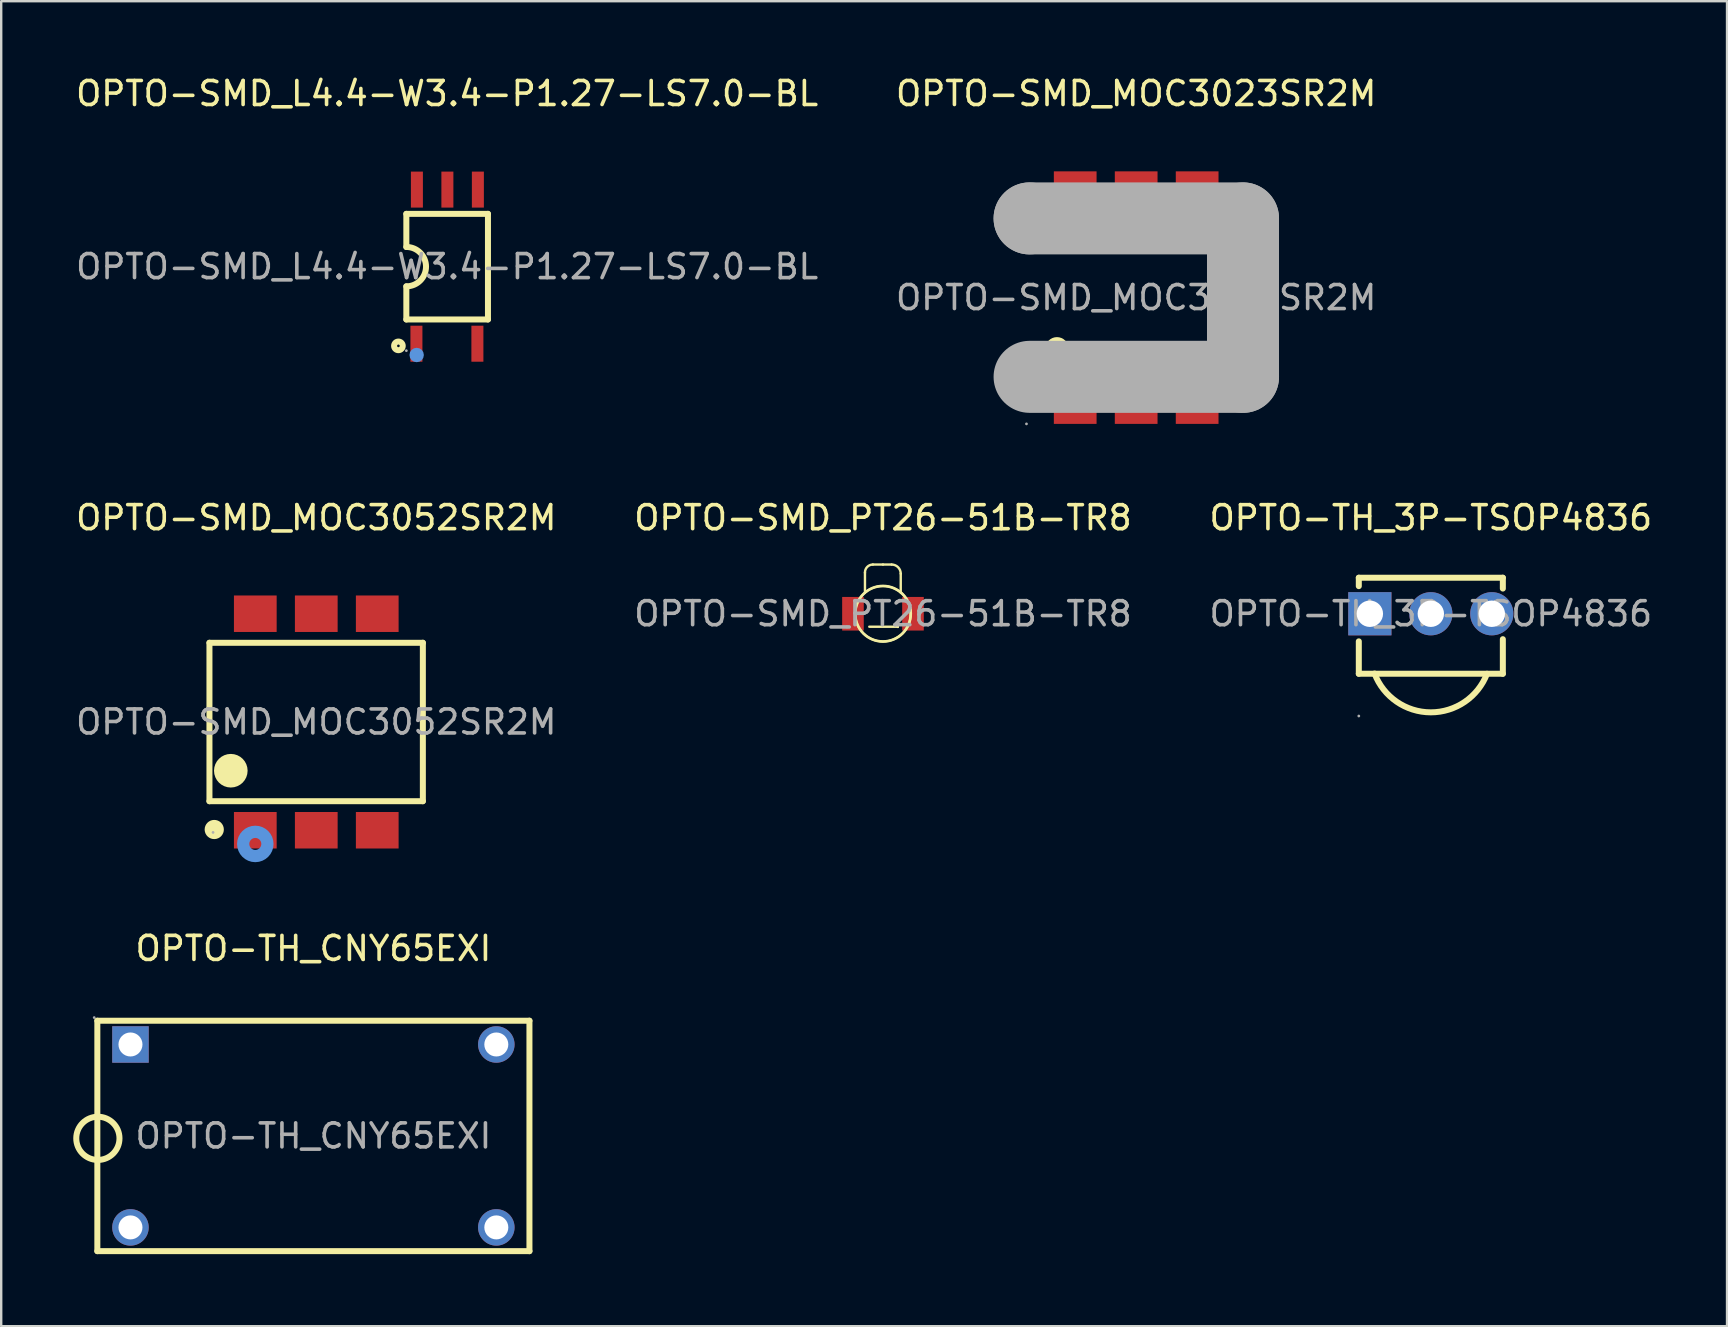
<source format=kicad_pcb>
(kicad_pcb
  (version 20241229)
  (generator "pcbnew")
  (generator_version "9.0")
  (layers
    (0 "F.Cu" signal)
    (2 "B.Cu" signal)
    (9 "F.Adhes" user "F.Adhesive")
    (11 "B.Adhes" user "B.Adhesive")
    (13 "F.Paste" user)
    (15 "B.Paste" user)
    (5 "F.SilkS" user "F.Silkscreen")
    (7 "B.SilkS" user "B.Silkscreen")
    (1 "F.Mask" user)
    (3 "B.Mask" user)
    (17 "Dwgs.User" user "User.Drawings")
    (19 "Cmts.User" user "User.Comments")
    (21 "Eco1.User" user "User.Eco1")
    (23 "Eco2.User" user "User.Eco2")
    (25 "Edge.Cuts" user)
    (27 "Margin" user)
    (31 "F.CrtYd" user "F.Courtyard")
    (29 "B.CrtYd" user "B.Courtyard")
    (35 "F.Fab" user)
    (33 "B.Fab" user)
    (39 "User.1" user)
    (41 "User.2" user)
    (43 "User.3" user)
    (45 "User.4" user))
  (footprint "OPTO-SMD_MOC3052SR2M"
    (layer "F.Cu")
    (at 10.125 27.026)
    (property "Reference" "OPTO-SMD_MOC3052SR2M" (at 0 -8.51 0) (layer "F.SilkS") (effects (font (size 1 1) (thickness 0.15))))
    (attr through_hole)
    (fp_line (start -4.45 -3.3) (end -4.45 3.3) (stroke (width 0.25) (type solid)) (layer "F.SilkS"))
    (fp_line (start -4.45 -3.3) (end 4.44 -3.3) (stroke (width 0.25) (type solid)) (layer "F.SilkS"))
    (fp_line (start -4.45 3.3) (end 4.44 3.3) (stroke (width 0.25) (type solid)) (layer "F.SilkS"))
    (fp_line (start 4.44 -3.3) (end 4.44 3.3) (stroke (width 0.25) (type solid)) (layer "F.SilkS"))
    (fp_arc (start -4.45 4.48) (mid -4.050063 4.474991) (end -4.449749 4.490014) (stroke (width 0.4) (type solid)) (layer "F.SilkS"))
    (fp_arc (start -3.56 2.03) (mid -3.56 2.03) (end -3.56 2.03) (stroke (width 0.7) (type solid)) (layer "F.SilkS"))
    (fp_circle (center -2.54 5.08) (end -2.29 5.08) (stroke (width 0.51) (type solid)) (fill no) (layer "Cmts.User"))
    (fp_circle (center -4.3 4.6) (end -4.27 4.6) (stroke (width 0.06) (type solid)) (fill no) (layer "F.Fab"))
    (fp_text user "${REFERENCE}" (at 0 0 0) (layer "F.Fab") (effects (font (size 1 1) (thickness 0.15))))
    (pad "1" smd rect (at -2.54 4.51 180) (size 1.78 1.52) (layers "F.Cu" "F.Mask" "F.Paste"))
    (pad "2" smd rect (at 0 4.51 180) (size 1.78 1.52) (layers "F.Cu" "F.Mask" "F.Paste"))
    (pad "3" smd rect (at 2.54 4.51 180) (size 1.78 1.52) (layers "F.Cu" "F.Mask" "F.Paste"))
    (pad "4" smd rect (at 2.54 -4.51 180) (size 1.78 1.52) (layers "F.Cu" "F.Mask" "F.Paste"))
    (pad "5" smd rect (at 0 -4.51 180) (size 1.78 1.52) (layers "F.Cu" "F.Mask" "F.Paste"))
    (pad "6" smd rect (at -2.54 -4.51 180) (size 1.78 1.52) (layers "F.Cu" "F.Mask" "F.Paste")))
  (footprint "OPTO-TH_3P-TSOP4836"
    (layer "F.Cu")
    (at 56.554 22.517)
    (property "Reference" "OPTO-TH_3P-TSOP4836" (at 0 -4 0) (layer "F.SilkS") (effects (font (size 1 1) (thickness 0.15))))
    (attr through_hole)
    (fp_line (start -3 -1.5) (end 3 -1.5) (stroke (width 0.25) (type solid)) (layer "F.SilkS"))
    (fp_line (start -3 -1.15) (end -3 -1.5) (stroke (width 0.25) (type solid)) (layer "F.SilkS"))
    (fp_line (start -3 2.5) (end -3 1.15) (stroke (width 0.25) (type solid)) (layer "F.SilkS"))
    (fp_line (start -3 2.5) (end 3 2.5) (stroke (width 0.25) (type solid)) (layer "F.SilkS"))
    (fp_line (start 3 -1.05) (end 3 -1.5) (stroke (width 0.25) (type solid)) (layer "F.SilkS"))
    (fp_line (start 3 2.5) (end 3 1.06) (stroke (width 0.25) (type solid)) (layer "F.SilkS"))
    (fp_arc (start 2.34 2.5) (mid -0.004486 4.107106) (end -2.343205 2.491621) (stroke (width 0.25) (type solid)) (layer "F.SilkS"))
    (fp_circle (center -3 4.26) (end -2.97 4.26) (stroke (width 0.06) (type solid)) (fill no) (layer "F.Fab"))
    (fp_text user "${REFERENCE}" (at 0 0 0) (layer "F.Fab") (effects (font (size 1 1) (thickness 0.15))))
    (pad "1" thru_hole rect (at -2.54 0) (size 1.8 1.8) (drill 1.1) (layers "*.Cu" "*.Paste" "*.Mask"))
    (pad "2" thru_hole circle (at 0 0) (size 1.8 1.8) (drill 1.1) (layers "*.Cu" "*.Paste" "*.Mask"))
    (pad "3" thru_hole circle (at 2.54 0) (size 1.8 1.8) (drill 1.1) (layers "*.Cu" "*.Paste" "*.Mask")))
  (footprint "OPTO-SMD_PT26-51B-TR8"
    (layer "F.Cu")
    (at 33.732 22.517)
    (property "Reference" "OPTO-SMD_PT26-51B-TR8" (at 0 -4 0) (layer "F.SilkS") (effects (font (size 1 1) (thickness 0.15))))
    (attr through_hole)
    (fp_line (start -0.75 -1.71) (end -0.75 -0.88) (stroke (width 0.1) (type solid)) (layer "F.SilkS"))
    (fp_line (start -0.57 0.54) (end 0.62 0.54) (stroke (width 0.1) (type solid)) (layer "F.SilkS"))
    (fp_line (start 0 -2.05) (end -0.42 -2.05) (stroke (width 0.1) (type solid)) (layer "F.SilkS"))
    (fp_line (start 0 -2.05) (end 0.36 -2.05) (stroke (width 0.1) (type solid)) (layer "F.SilkS"))
    (fp_line (start 0.62 0.54) (end 0.62 0.55) (stroke (width 0.1) (type solid)) (layer "F.SilkS"))
    (fp_line (start 0.74 -1.67) (end 0.74 -0.88) (stroke (width 0.1) (type solid)) (layer "F.SilkS"))
    (fp_arc (start -0.76 -0.88) (mid 0.76 0.88) (end -0.76 -0.88) (stroke (width 0.1) (type solid)) (layer "F.SilkS"))
    (fp_arc (start -0.75 -1.71) (mid -0.656913 -1.94994) (end -0.41986 -2.050151) (stroke (width 0.1) (type solid)) (layer "F.SilkS"))
    (fp_arc (start 0.36 -2.05) (mid 0.628701 -1.938701) (end 0.74 -1.67) (stroke (width 0.1) (type solid)) (layer "F.SilkS"))
    (fp_arc (start 0.74 -0.88) (mid -0.74 0.88) (end 0.74 -0.88) (stroke (width 0.1) (type solid)) (layer "F.SilkS"))
    (fp_circle (center -1.5 0.55) (end -1.47 0.55) (stroke (width 0.06) (type solid)) (fill no) (layer "F.Fab"))
    (fp_text user "${REFERENCE}" (at 0 0 0) (layer "F.Fab") (effects (font (size 1 1) (thickness 0.15))))
    (pad "1" smd rect (at -1.25 0) (size 0.9 1.4) (layers "F.Cu" "F.Mask" "F.Paste"))
    (pad "2" smd rect (at 1.25 0) (size 0.9 1.4) (layers "F.Cu" "F.Mask" "F.Paste")))
  (footprint "OPTO-SMD_L4.4-W3.4-P1.27-LS7.0-BL"
    (layer "F.Cu")
    (at 15.577 8.058)
    (property "Reference" "OPTO-SMD_L4.4-W3.4-P1.27-LS7.0-BL" (at 0 -7.21 0) (layer "F.SilkS") (effects (font (size 1 1) (thickness 0.15))))
    (attr through_hole)
    (fp_line (start -1.7 -2.2) (end -1.7 -0.82) (stroke (width 0.25) (type solid)) (layer "F.SilkS"))
    (fp_line (start -1.7 -2.2) (end 1.7 -2.2) (stroke (width 0.25) (type solid)) (layer "F.SilkS"))
    (fp_line (start -1.7 0.82) (end -1.7 2.2) (stroke (width 0.25) (type solid)) (layer "F.SilkS"))
    (fp_line (start -1.7 2.2) (end 1.7 2.2) (stroke (width 0.25) (type solid)) (layer "F.SilkS"))
    (fp_line (start 1.7 -2.2) (end 1.7 2.2) (stroke (width 0.25) (type solid)) (layer "F.SilkS"))
    (fp_arc (start -1.7 -0.82) (mid -0.88 0) (end -1.7 0.82) (stroke (width 0.25) (type solid)) (layer "F.SilkS"))
    (fp_circle (center -2.03 3.3) (end -1.85 3.3) (stroke (width 0.25) (type solid)) (fill no) (layer "F.SilkS"))
    (fp_circle (center -1.27 3.68) (end -1.12 3.68) (stroke (width 0.3) (type solid)) (fill no) (layer "Cmts.User"))
    (fp_circle (center -1.7 3.5) (end -1.67 3.5) (stroke (width 0.06) (type solid)) (fill no) (layer "F.Fab"))
    (fp_text user "${REFERENCE}" (at 0 0 0) (layer "F.Fab") (effects (font (size 1 1) (thickness 0.15))))
    (pad "1" smd rect (at -1.28 3.21 90) (size 1.5 0.5) (layers "F.Cu" "F.Mask" "F.Paste"))
    (pad "2" smd rect (at 1.26 3.21 90) (size 1.5 0.5) (layers "F.Cu" "F.Mask" "F.Paste"))
    (pad "3" smd rect (at 1.28 -3.21 90) (size 1.5 0.5) (layers "F.Cu" "F.Mask" "F.Paste"))
    (pad "4" smd rect (at 0.01 -3.21 90) (size 1.5 0.5) (layers "F.Cu" "F.Mask" "F.Paste"))
    (pad "5" smd rect (at -1.26 -3.21 90) (size 1.5 0.5) (layers "F.Cu" "F.Mask" "F.Paste")))
  (footprint "OPTO-TH_CNY65EXI"
    (layer "F.Cu")
    (at 10.005 44.27)
    (property "Reference" "OPTO-TH_CNY65EXI" (at 0 -7.81 0) (layer "F.SilkS") (effects (font (size 1 1) (thickness 0.15))))
    (attr through_hole)
    (fp_line (start -9 -4.8) (end -9 4.8) (stroke (width 0.25) (type solid)) (layer "F.SilkS"))
    (fp_line (start -9 -4.8) (end 9 -4.8) (stroke (width 0.25) (type solid)) (layer "F.SilkS"))
    (fp_line (start 9 4.8) (end -9 4.8) (stroke (width 0.25) (type solid)) (layer "F.SilkS"))
    (fp_line (start 9 4.8) (end 9 -4.8) (stroke (width 0.25) (type solid)) (layer "F.SilkS"))
    (fp_arc (start -8.985709 1.000037) (mid -8.982146 -0.800053) (end -8.97 1) (stroke (width 0.25) (type solid)) (layer "F.SilkS"))
    (fp_circle (center -9.13 -4.93) (end -9.1 -4.93) (stroke (width 0.06) (type solid)) (fill no) (layer "F.Fab"))
    (fp_circle (center -7.62 -3.81) (end -7.42 -3.81) (stroke (width 0.4) (type solid)) (fill no) (layer "F.Fab"))
    (fp_circle (center -7.62 3.81) (end -7.42 3.81) (stroke (width 0.4) (type solid)) (fill no) (layer "F.Fab"))
    (fp_circle (center 7.62 -3.81) (end 7.82 -3.81) (stroke (width 0.4) (type solid)) (fill no) (layer "F.Fab"))
    (fp_circle (center 7.62 3.81) (end 7.82 3.81) (stroke (width 0.4) (type solid)) (fill no) (layer "F.Fab"))
    (fp_text user "${REFERENCE}" (at 0 0 0) (layer "F.Fab") (effects (font (size 1 1) (thickness 0.15))))
    (pad "1" thru_hole rect (at -7.62 -3.81) (size 1.52 1.52) (drill 1) (layers "*.Cu" "*.Paste" "*.Mask"))
    (pad "2" thru_hole circle (at -7.62 3.81) (size 1.52 1.52) (drill 1) (layers "*.Cu" "*.Paste" "*.Mask"))
    (pad "3" thru_hole circle (at 7.62 3.81) (size 1.52 1.52) (drill 1) (layers "*.Cu" "*.Paste" "*.Mask"))
    (pad "4" thru_hole circle (at 7.62 -3.81) (size 1.52 1.52) (drill 1) (layers "*.Cu" "*.Paste" "*.Mask")))
  (footprint "OPTO-SMD_MOC3023SR2M"
    (layer "F.Cu")
    (at 44.28 9.348)
    (property "Reference" "OPTO-SMD_MOC3023SR2M" (at 0 -8.5 0) (layer "F.SilkS") (effects (font (size 1 1) (thickness 0.15))))
    (attr through_hole)
    (fp_circle (center -3.3 2.13) (end -2.94 2.13) (stroke (width 0.25) (type solid)) (fill no) (layer "F.SilkS"))
    (fp_line (start -4.44 -3.3) (end -4.44 -3.3) (stroke (width 3) (type solid)) (layer "F.Fab"))
    (fp_line (start -4.44 -3.3) (end 4.45 -3.3) (stroke (width 3) (type solid)) (layer "F.Fab"))
    (fp_line (start 4.45 -3.3) (end 4.45 3.3) (stroke (width 3) (type solid)) (layer "F.Fab"))
    (fp_line (start 4.45 3.3) (end -4.44 3.3) (stroke (width 3) (type solid)) (layer "F.Fab"))
    (fp_circle (center -4.57 5.26) (end -4.54 5.26) (stroke (width 0.06) (type solid)) (fill no) (layer "F.Fab"))
    (fp_text user "${REFERENCE}" (at 0 0 0) (layer "F.Fab") (effects (font (size 1 1) (thickness 0.15))))
    (pad "1" smd rect (at -2.54 4.5) (size 1.78 1.52) (layers "F.Cu" "F.Mask" "F.Paste"))
    (pad "2" smd rect (at 0 4.5) (size 1.78 1.52) (layers "F.Cu" "F.Mask" "F.Paste"))
    (pad "3" smd rect (at 2.54 4.5) (size 1.78 1.52) (layers "F.Cu" "F.Mask" "F.Paste"))
    (pad "4" smd rect (at 2.54 -4.5) (size 1.78 1.52) (layers "F.Cu" "F.Mask" "F.Paste"))
    (pad "5" smd rect (at 0 -4.5) (size 1.78 1.52) (layers "F.Cu" "F.Mask" "F.Paste"))
    (pad "6" smd rect (at -2.54 -4.5) (size 1.78 1.52) (layers "F.Cu" "F.Mask" "F.Paste")))
  (gr_rect
    (start -3 -3)
    (end 68.893 52.195)
    (stroke (width 0.1) (type default))
    (fill no)
    (layer "Edge.Cuts")))
</source>
